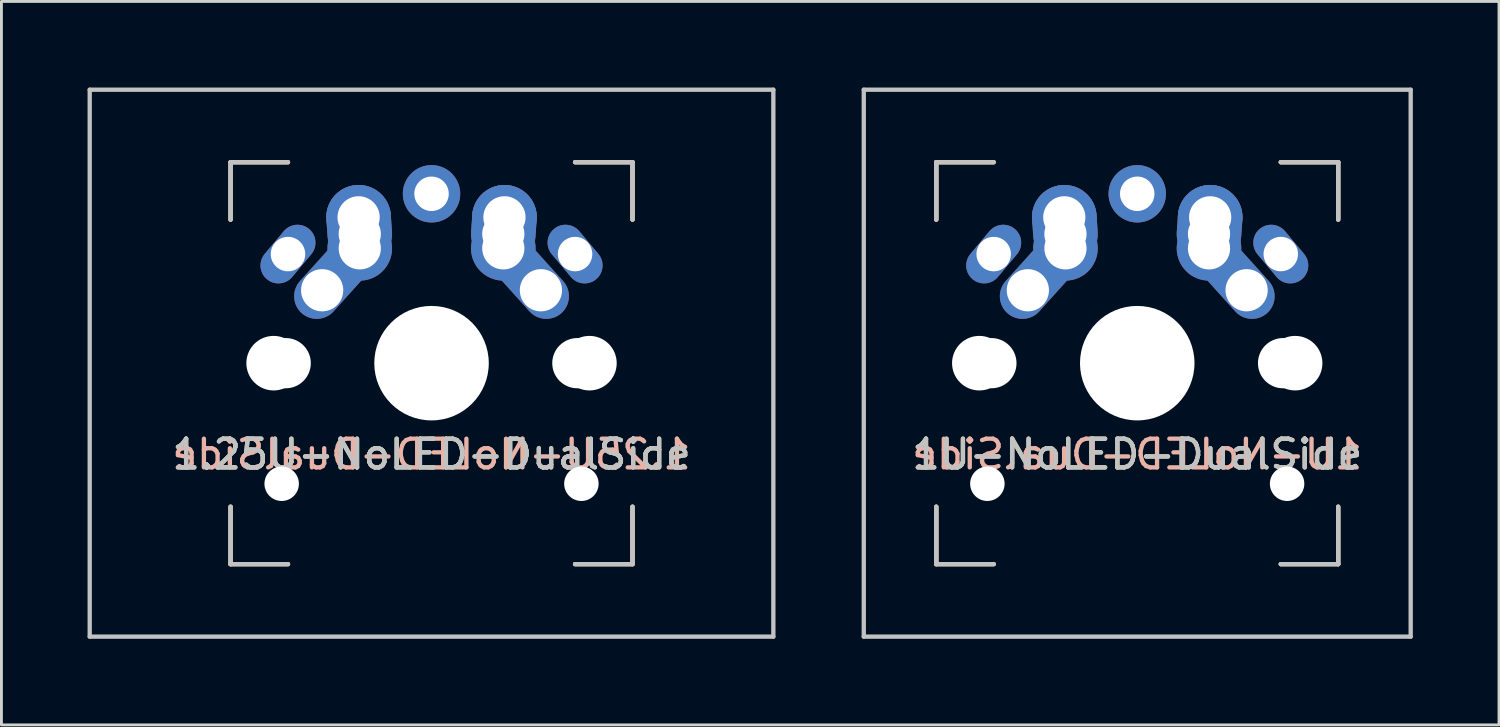
<source format=kicad_pcb>
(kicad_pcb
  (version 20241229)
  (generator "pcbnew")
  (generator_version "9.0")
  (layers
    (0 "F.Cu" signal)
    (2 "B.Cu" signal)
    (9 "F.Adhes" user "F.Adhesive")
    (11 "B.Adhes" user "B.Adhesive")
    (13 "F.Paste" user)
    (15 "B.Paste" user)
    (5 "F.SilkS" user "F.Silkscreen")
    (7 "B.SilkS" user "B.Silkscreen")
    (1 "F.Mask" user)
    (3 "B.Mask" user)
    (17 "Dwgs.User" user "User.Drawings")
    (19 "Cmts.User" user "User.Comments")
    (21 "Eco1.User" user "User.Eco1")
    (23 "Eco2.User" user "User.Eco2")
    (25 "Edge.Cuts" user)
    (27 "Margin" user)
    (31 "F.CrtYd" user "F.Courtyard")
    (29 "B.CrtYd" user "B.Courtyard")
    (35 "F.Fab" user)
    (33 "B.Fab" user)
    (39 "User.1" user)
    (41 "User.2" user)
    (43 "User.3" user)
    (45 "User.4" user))
  (footprint "1U-NoLED-DualSide"
    (layer "F.Cu")
    (at 36.562 9.6)
    (property "Reference" "1U-NoLED-DualSide" (at 0 3.175 0) (layer "Dwgs.User") (effects (font (size 1 1) (thickness 0.15))))
    (attr through_hole)
    (fp_line (start -7 -7) (end -7 -5) (stroke (width 0.15) (type solid)) (layer "F.SilkS"))
    (fp_line (start -7 5) (end -7 7) (stroke (width 0.15) (type solid)) (layer "F.SilkS"))
    (fp_line (start -7 7) (end -5 7) (stroke (width 0.15) (type solid)) (layer "F.SilkS"))
    (fp_line (start -5 -7) (end -7 -7) (stroke (width 0.15) (type solid)) (layer "F.SilkS"))
    (fp_line (start 5 -7) (end 7 -7) (stroke (width 0.15) (type solid)) (layer "F.SilkS"))
    (fp_line (start 5 7) (end 7 7) (stroke (width 0.15) (type solid)) (layer "F.SilkS"))
    (fp_line (start 7 -7) (end 7 -5) (stroke (width 0.15) (type solid)) (layer "F.SilkS"))
    (fp_line (start 7 7) (end 7 5) (stroke (width 0.15) (type solid)) (layer "F.SilkS"))
    (fp_line (start -7 -7) (end -7 -5) (stroke (width 0.15) (type solid)) (layer "B.SilkS"))
    (fp_line (start -7 5) (end -7 7) (stroke (width 0.15) (type solid)) (layer "B.SilkS"))
    (fp_line (start -7 7) (end -5 7) (stroke (width 0.15) (type solid)) (layer "B.SilkS"))
    (fp_line (start -5 -7) (end -7 -7) (stroke (width 0.15) (type solid)) (layer "B.SilkS"))
    (fp_line (start 5 -7) (end 7 -7) (stroke (width 0.15) (type solid)) (layer "B.SilkS"))
    (fp_line (start 5 7) (end 7 7) (stroke (width 0.15) (type solid)) (layer "B.SilkS"))
    (fp_line (start 7 -7) (end 7 -5) (stroke (width 0.15) (type solid)) (layer "B.SilkS"))
    (fp_line (start 7 7) (end 7 5) (stroke (width 0.15) (type solid)) (layer "B.SilkS"))
    (fp_line (start -9.525 -9.525) (end 9.525 -9.525) (stroke (width 0.15) (type solid)) (layer "Dwgs.User"))
    (fp_line (start -9.525 9.525) (end -9.525 -9.525) (stroke (width 0.15) (type solid)) (layer "Dwgs.User"))
    (fp_line (start -7 -7) (end -7 -5) (stroke (width 0.15) (type solid)) (layer "Dwgs.User"))
    (fp_line (start -7 5) (end -7 7) (stroke (width 0.15) (type solid)) (layer "Dwgs.User"))
    (fp_line (start -7 7) (end -5 7) (stroke (width 0.15) (type solid)) (layer "Dwgs.User"))
    (fp_line (start -5 -7) (end -7 -7) (stroke (width 0.15) (type solid)) (layer "Dwgs.User"))
    (fp_line (start 5 -7) (end 7 -7) (stroke (width 0.15) (type solid)) (layer "Dwgs.User"))
    (fp_line (start 5 7) (end 7 7) (stroke (width 0.15) (type solid)) (layer "Dwgs.User"))
    (fp_line (start 7 -7) (end 7 -5) (stroke (width 0.15) (type solid)) (layer "Dwgs.User"))
    (fp_line (start 7 7) (end 7 5) (stroke (width 0.15) (type solid)) (layer "Dwgs.User"))
    (fp_line (start 9.525 -9.525) (end 9.525 9.525) (stroke (width 0.15) (type solid)) (layer "Dwgs.User"))
    (fp_line (start 9.525 9.525) (end -9.525 9.525) (stroke (width 0.15) (type solid)) (layer "Dwgs.User"))
    (fp_text user "${REFERENCE}" (at 0 3.175 0) (layer "F.SilkS") (effects (font (size 1 1) (thickness 0.15))))
    (fp_text user "${REFERENCE}" (at 0 3.175 0) (layer "B.SilkS") (effects (font (size 1 1) (thickness 0.15)) (justify mirror)))
    (pad "" np_thru_hole circle (at -5.5 0 48.1) (size 1.9 1.9) (drill 1.9) (layers "*.Cu" "*.Mask"))
    (pad "" np_thru_hole circle (at -5.22 4.2) (size 1.2 1.2) (drill 1.2) (layers "*.Cu" "*.Mask"))
    (pad "" np_thru_hole circle (at -5.08 0 48) (size 1.75 1.75) (drill 1.75) (layers "*.Cu" "*.Mask"))
    (pad "" np_thru_hole circle (at 0 0) (size 3.988 3.988) (drill 3.988) (layers "*.Cu" "*.Mask"))
    (pad "" np_thru_hole circle (at 5.08 0 48) (size 1.75 1.75) (drill 1.75) (layers "*.Cu" "*.Mask"))
    (pad "" np_thru_hole circle (at 5.22 4.2) (size 1.2 1.2) (drill 1.2) (layers "*.Cu" "*.Mask"))
    (pad "" np_thru_hole circle (at 5.5 0 311.9) (size 1.9 1.9) (drill 1.9) (layers "*.Cu" "*.Mask"))
    (pad "1" thru_hole oval (at -5 -3.8 50) (size 2.286 1.25) (drill 1.2) (layers "*.Cu" "F.Mask"))
    (pad "1" thru_hole oval (at -3.81 -2.54 48) (size 4.1 1.575) (drill 1.47 (offset 0.981 0)) (layers "*.Cu" "B.Mask"))
    (pad "1" thru_hole circle (at -2.54 -5.08) (size 2.25 2.25) (drill 1.47) (layers "*.Cu" "*.Mask"))
    (pad "1" thru_hole oval (at -2.5 -4.5 274) (size 2.831 2.25) (drill 1.47 (offset -0.291 0)) (layers "*.Cu" "F.Mask"))
    (pad "1" thru_hole circle (at -2.5 -4) (size 2.25 2.25) (drill 1.47) (layers "*.Cu" "*.Mask"))
    (pad "1" thru_hole oval (at 5 -3.8 310) (size 2.286 1.25) (drill 1.2) (layers "*.Cu" "B.Mask"))
    (pad "2" thru_hole circle (at 0 -5.9) (size 2 2) (drill 1.2) (layers "*.Cu" "*.Mask"))
    (pad "2" thru_hole oval (at 2.5 -4.5 86) (size 2.831 2.25) (drill 1.47 (offset 0.291 0)) (layers "*.Cu" "*.Mask"))
    (pad "2" thru_hole circle (at 2.5 -4) (size 2.25 2.25) (drill 1.47) (layers "*.Cu" "*.Mask"))
    (pad "2" thru_hole circle (at 2.54 -5.08) (size 2.25 2.25) (drill 1.47) (layers "*.Cu" "*.Mask"))
    (pad "2" thru_hole oval (at 3.81 -2.54 312) (size 4.1 1.575) (drill 1.47 (offset -0.981 0)) (layers "*.Cu" "F.Mask")))
  (footprint "1.25U-NoLED-DualSide"
    (layer "F.Cu")
    (at 11.981 9.6)
    (property "Reference" "1.25U-NoLED-DualSide" (at 0 3.175 0) (layer "Dwgs.User") (effects (font (size 1 1) (thickness 0.15))))
    (attr through_hole)
    (fp_line (start -7 -7) (end -7 -5) (stroke (width 0.15) (type solid)) (layer "F.SilkS"))
    (fp_line (start -7 5) (end -7 7) (stroke (width 0.15) (type solid)) (layer "F.SilkS"))
    (fp_line (start -7 7) (end -5 7) (stroke (width 0.15) (type solid)) (layer "F.SilkS"))
    (fp_line (start -5 -7) (end -7 -7) (stroke (width 0.15) (type solid)) (layer "F.SilkS"))
    (fp_line (start 5 -7) (end 7 -7) (stroke (width 0.15) (type solid)) (layer "F.SilkS"))
    (fp_line (start 5 7) (end 7 7) (stroke (width 0.15) (type solid)) (layer "F.SilkS"))
    (fp_line (start 7 -7) (end 7 -5) (stroke (width 0.15) (type solid)) (layer "F.SilkS"))
    (fp_line (start 7 7) (end 7 5) (stroke (width 0.15) (type solid)) (layer "F.SilkS"))
    (fp_line (start -7 -7) (end -7 -5) (stroke (width 0.15) (type solid)) (layer "B.SilkS"))
    (fp_line (start -7 5) (end -7 7) (stroke (width 0.15) (type solid)) (layer "B.SilkS"))
    (fp_line (start -7 7) (end -5 7) (stroke (width 0.15) (type solid)) (layer "B.SilkS"))
    (fp_line (start -5 -7) (end -7 -7) (stroke (width 0.15) (type solid)) (layer "B.SilkS"))
    (fp_line (start 5 -7) (end 7 -7) (stroke (width 0.15) (type solid)) (layer "B.SilkS"))
    (fp_line (start 5 7) (end 7 7) (stroke (width 0.15) (type solid)) (layer "B.SilkS"))
    (fp_line (start 7 -7) (end 7 -5) (stroke (width 0.15) (type solid)) (layer "B.SilkS"))
    (fp_line (start 7 7) (end 7 5) (stroke (width 0.15) (type solid)) (layer "B.SilkS"))
    (fp_line (start -11.906 -9.525) (end 11.906 -9.525) (stroke (width 0.15) (type solid)) (layer "Dwgs.User"))
    (fp_line (start -11.906 9.525) (end -11.906 -9.525) (stroke (width 0.15) (type solid)) (layer "Dwgs.User"))
    (fp_line (start -7 -7) (end -7 -5) (stroke (width 0.15) (type solid)) (layer "Dwgs.User"))
    (fp_line (start -7 5) (end -7 7) (stroke (width 0.15) (type solid)) (layer "Dwgs.User"))
    (fp_line (start -7 7) (end -5 7) (stroke (width 0.15) (type solid)) (layer "Dwgs.User"))
    (fp_line (start -5 -7) (end -7 -7) (stroke (width 0.15) (type solid)) (layer "Dwgs.User"))
    (fp_line (start 5 -7) (end 7 -7) (stroke (width 0.15) (type solid)) (layer "Dwgs.User"))
    (fp_line (start 5 7) (end 7 7) (stroke (width 0.15) (type solid)) (layer "Dwgs.User"))
    (fp_line (start 7 -7) (end 7 -5) (stroke (width 0.15) (type solid)) (layer "Dwgs.User"))
    (fp_line (start 7 7) (end 7 5) (stroke (width 0.15) (type solid)) (layer "Dwgs.User"))
    (fp_line (start 11.906 -9.525) (end 11.906 9.525) (stroke (width 0.15) (type solid)) (layer "Dwgs.User"))
    (fp_line (start 11.906 9.525) (end -11.906 9.525) (stroke (width 0.15) (type solid)) (layer "Dwgs.User"))
    (fp_text user "${REFERENCE}" (at 0 3.175 0) (layer "F.SilkS") (effects (font (size 1 1) (thickness 0.15))))
    (fp_text user "${REFERENCE}" (at 0 3.175 0) (layer "B.SilkS") (effects (font (size 1 1) (thickness 0.15)) (justify mirror)))
    (pad "" np_thru_hole circle (at -5.5 0 48.1) (size 1.9 1.9) (drill 1.9) (layers "*.Cu" "*.Mask"))
    (pad "" np_thru_hole circle (at -5.22 4.2) (size 1.2 1.2) (drill 1.2) (layers "*.Cu" "*.Mask"))
    (pad "" np_thru_hole circle (at -5.08 0 48.1) (size 1.75 1.75) (drill 1.75) (layers "*.Cu" "*.Mask"))
    (pad "" np_thru_hole circle (at 0 0) (size 3.988 3.988) (drill 3.988) (layers "*.Cu" "*.Mask"))
    (pad "" np_thru_hole circle (at 5.08 0 48.1) (size 1.75 1.75) (drill 1.75) (layers "*.Cu" "*.Mask"))
    (pad "" np_thru_hole circle (at 5.22 4.2) (size 1.2 1.2) (drill 1.2) (layers "*.Cu" "*.Mask"))
    (pad "" np_thru_hole circle (at 5.5 0 311.9) (size 1.9 1.9) (drill 1.9) (layers "*.Cu" "*.Mask"))
    (pad "1" thru_hole oval (at -5 -3.8 50) (size 2.286 1.25) (drill 1.2) (layers "*.Cu" "F.Mask"))
    (pad "1" thru_hole oval (at -3.81 -2.54 48) (size 4.1 1.575) (drill 1.47 (offset 0.981 0)) (layers "*.Cu" "B.Mask"))
    (pad "1" thru_hole circle (at -2.54 -5.08) (size 2.25 2.25) (drill 1.47) (layers "*.Cu" "*.Mask"))
    (pad "1" thru_hole oval (at -2.5 -4.5 274) (size 2.831 2.25) (drill 1.47 (offset -0.291 0)) (layers "*.Cu" "*.Mask"))
    (pad "1" thru_hole circle (at -2.5 -4) (size 2.25 2.25) (drill 1.47) (layers "*.Cu" "*.Mask"))
    (pad "1" thru_hole oval (at 5 -3.8 310) (size 2.286 1.25) (drill 1.2) (layers "*.Cu" "B.Mask"))
    (pad "2" thru_hole circle (at 0 -5.9) (size 2 2) (drill 1.2) (layers "*.Cu" "*.Mask"))
    (pad "2" thru_hole oval (at 2.5 -4.5 86) (size 2.831 2.25) (drill 1.47 (offset 0.291 0)) (layers "*.Cu" "*.Mask"))
    (pad "2" thru_hole circle (at 2.5 -4) (size 2.25 2.25) (drill 1.47) (layers "*.Cu" "*.Mask"))
    (pad "2" thru_hole circle (at 2.54 -5.08) (size 2.25 2.25) (drill 1.47) (layers "*.Cu" "*.Mask"))
    (pad "2" thru_hole oval (at 3.81 -2.54 312) (size 4.1 1.575) (drill 1.47 (offset -0.981 0)) (layers "*.Cu" "F.Mask")))
  (gr_rect
    (start -3 -3)
    (end 49.163 22.2)
    (stroke (width 0.1) (type default))
    (fill no)
    (layer "Edge.Cuts")))
</source>
